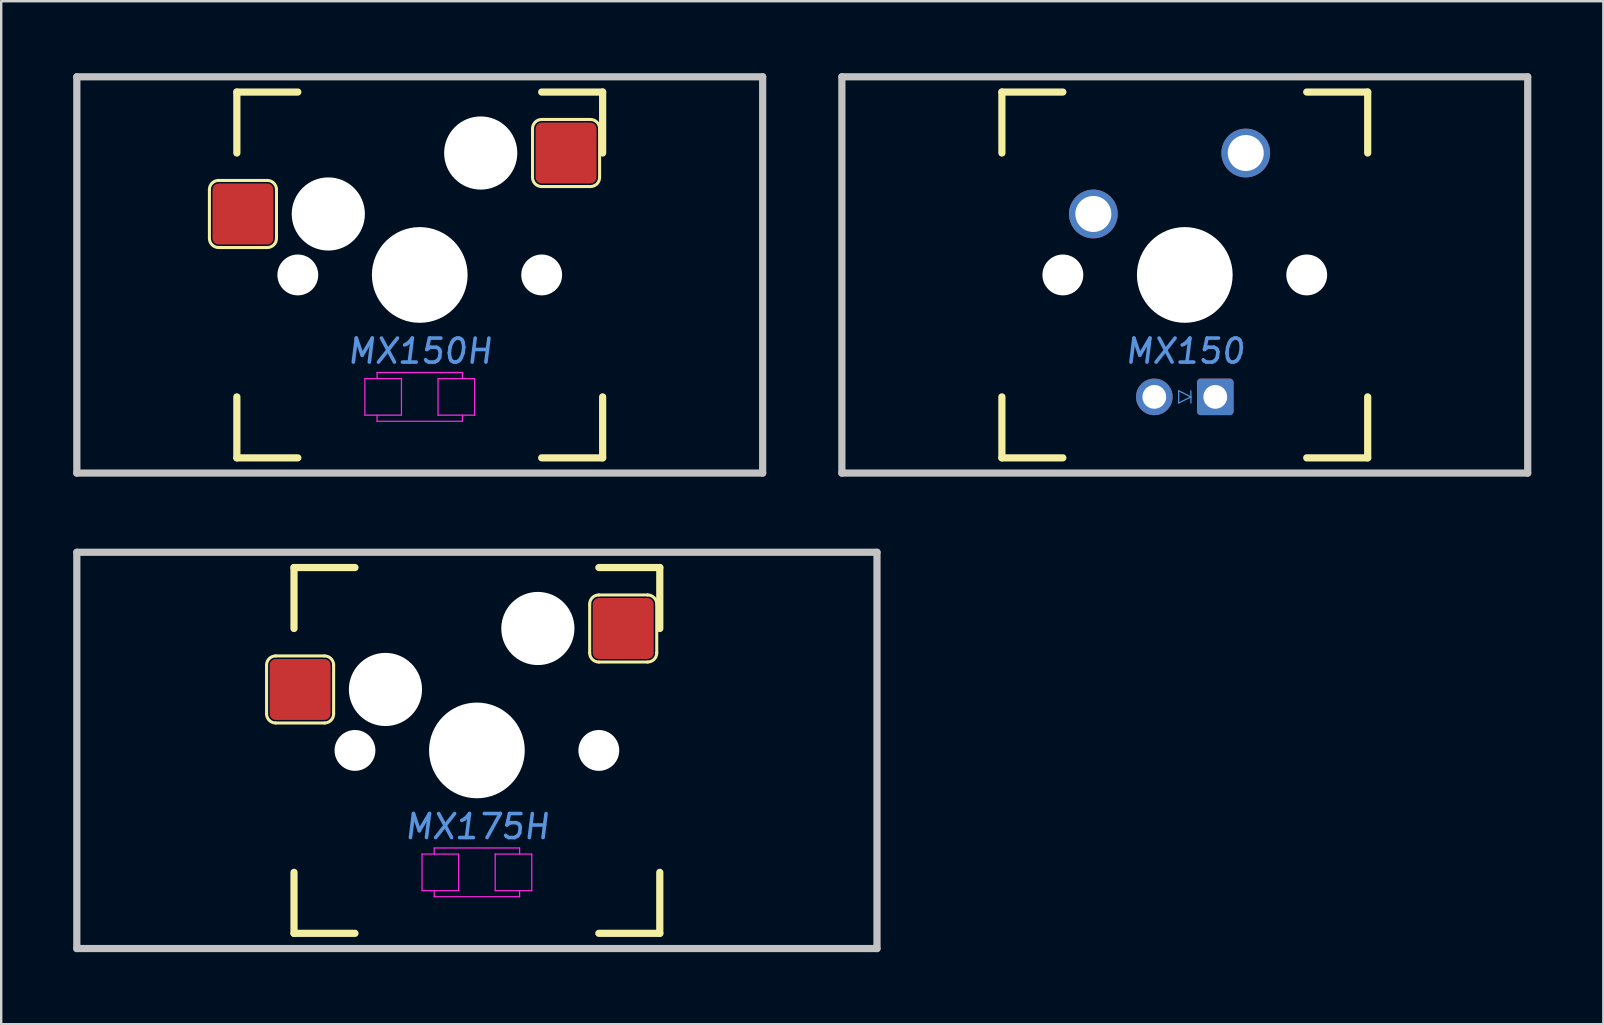
<source format=kicad_pcb>
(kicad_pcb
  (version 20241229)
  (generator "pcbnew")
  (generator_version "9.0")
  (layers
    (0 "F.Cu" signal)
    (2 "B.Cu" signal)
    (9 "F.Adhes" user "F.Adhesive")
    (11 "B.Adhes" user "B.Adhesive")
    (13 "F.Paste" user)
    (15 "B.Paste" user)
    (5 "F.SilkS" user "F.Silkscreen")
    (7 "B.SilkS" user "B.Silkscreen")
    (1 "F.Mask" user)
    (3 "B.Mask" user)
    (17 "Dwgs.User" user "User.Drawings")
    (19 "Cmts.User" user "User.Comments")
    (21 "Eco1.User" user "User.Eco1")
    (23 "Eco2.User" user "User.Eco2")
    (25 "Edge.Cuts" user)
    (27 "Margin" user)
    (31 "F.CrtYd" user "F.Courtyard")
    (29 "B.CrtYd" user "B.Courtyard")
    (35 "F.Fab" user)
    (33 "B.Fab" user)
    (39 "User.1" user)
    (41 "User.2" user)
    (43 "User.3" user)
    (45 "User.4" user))
  (footprint "MX150H"
    (layer "F.Cu")
    (at 14.438 8.405)
    (property "Reference" "MX150H" (at 0 3.175 0) (layer "Cmts.User") (effects (font (size 1 1) (thickness 0.15) (italic yes))))
    (attr through_hole)
    (fp_line (start -8.763 -1.524) (end -8.763 -3.556) (stroke (width 0.127) (type solid)) (layer "F.SilkS"))
    (fp_line (start -8.382 -3.937) (end -6.35 -3.937) (stroke (width 0.127) (type solid)) (layer "F.SilkS"))
    (fp_line (start -7.62 -7.62) (end -7.62 -5.08) (stroke (width 0.3) (type solid)) (layer "F.SilkS"))
    (fp_line (start -7.62 -7.62) (end -5.08 -7.62) (stroke (width 0.3) (type solid)) (layer "F.SilkS"))
    (fp_line (start -7.62 7.62) (end -7.62 5.08) (stroke (width 0.3) (type solid)) (layer "F.SilkS"))
    (fp_line (start -7.62 7.62) (end -5.08 7.62) (stroke (width 0.3) (type solid)) (layer "F.SilkS"))
    (fp_line (start -6.35 -1.143) (end -8.382 -1.143) (stroke (width 0.127) (type solid)) (layer "F.SilkS"))
    (fp_line (start -5.969 -3.556) (end -5.969 -1.524) (stroke (width 0.127) (type solid)) (layer "F.SilkS"))
    (fp_line (start 4.699 -4.064) (end 4.699 -6.096) (stroke (width 0.127) (type solid)) (layer "F.SilkS"))
    (fp_line (start 5.08 -6.477) (end 7.112 -6.477) (stroke (width 0.127) (type solid)) (layer "F.SilkS"))
    (fp_line (start 7.112 -3.683) (end 5.08 -3.683) (stroke (width 0.127) (type solid)) (layer "F.SilkS"))
    (fp_line (start 7.493 -6.096) (end 7.493 -4.064) (stroke (width 0.127) (type solid)) (layer "F.SilkS"))
    (fp_line (start 7.62 -7.62) (end 5.08 -7.62) (stroke (width 0.3) (type solid)) (layer "F.SilkS"))
    (fp_line (start 7.62 -7.62) (end 7.62 -5.08) (stroke (width 0.3) (type solid)) (layer "F.SilkS"))
    (fp_line (start 7.62 7.62) (end 5.08 7.62) (stroke (width 0.3) (type solid)) (layer "F.SilkS"))
    (fp_line (start 7.62 7.62) (end 7.62 5.08) (stroke (width 0.3) (type solid)) (layer "F.SilkS"))
    (fp_arc (start -8.763 -3.556) (mid -8.651408 -3.825408) (end -8.382 -3.937) (stroke (width 0.127) (type solid)) (layer "F.SilkS"))
    (fp_arc (start -8.382 -1.143) (mid -8.651408 -1.254592) (end -8.763 -1.524) (stroke (width 0.127) (type solid)) (layer "F.SilkS"))
    (fp_arc (start -6.35 -3.937) (mid -6.080592 -3.825408) (end -5.969 -3.556) (stroke (width 0.127) (type solid)) (layer "F.SilkS"))
    (fp_arc (start -5.969 -1.524) (mid -6.080592 -1.254592) (end -6.35 -1.143) (stroke (width 0.127) (type solid)) (layer "F.SilkS"))
    (fp_arc (start 4.699 -6.096) (mid 4.810592 -6.365408) (end 5.08 -6.477) (stroke (width 0.127) (type solid)) (layer "F.SilkS"))
    (fp_arc (start 5.08 -3.683) (mid 4.810592 -3.794592) (end 4.699 -4.064) (stroke (width 0.127) (type solid)) (layer "F.SilkS"))
    (fp_arc (start 7.112 -6.477) (mid 7.381408 -6.365408) (end 7.493 -6.096) (stroke (width 0.127) (type solid)) (layer "F.SilkS"))
    (fp_arc (start 7.493 -4.064) (mid 7.381408 -3.794592) (end 7.112 -3.683) (stroke (width 0.127) (type solid)) (layer "F.SilkS"))
    (fp_line (start -14.287 -8.255) (end -14.287 8.255) (stroke (width 0.3) (type solid)) (layer "Dwgs.User"))
    (fp_line (start -14.287 -8.255) (end 14.287 -8.255) (stroke (width 0.3) (type solid)) (layer "Dwgs.User"))
    (fp_line (start -14.287 8.255) (end 14.287 8.255) (stroke (width 0.3) (type solid)) (layer "Dwgs.User"))
    (fp_line (start 14.287 -8.255) (end 14.287 8.255) (stroke (width 0.3) (type solid)) (layer "Dwgs.User"))
    (fp_line (start -0.762 5.664) (end -0.762 4.496) (stroke (width 0.025) (type solid)) (layer "Eco2.User"))
    (fp_line (start 0.762 4.496) (end 0.762 5.664) (stroke (width 0.025) (type solid)) (layer "Eco2.User"))
    (fp_line (start -2.286 4.318) (end -2.286 5.842) (stroke (width 0.051) (type solid)) (layer "F.CrtYd"))
    (fp_line (start -2.286 5.842) (end -0.762 5.842) (stroke (width 0.051) (type solid)) (layer "F.CrtYd"))
    (fp_line (start -1.778 4.064) (end 1.778 4.064) (stroke (width 0.051) (type solid)) (layer "F.CrtYd"))
    (fp_line (start -1.778 4.318) (end -1.778 4.064) (stroke (width 0.051) (type solid)) (layer "F.CrtYd"))
    (fp_line (start -1.778 6.096) (end -1.778 5.842) (stroke (width 0.051) (type solid)) (layer "F.CrtYd"))
    (fp_line (start -0.762 4.318) (end -2.286 4.318) (stroke (width 0.051) (type solid)) (layer "F.CrtYd"))
    (fp_line (start -0.762 5.842) (end -0.762 4.318) (stroke (width 0.051) (type solid)) (layer "F.CrtYd"))
    (fp_line (start 0.762 4.318) (end 0.762 5.842) (stroke (width 0.051) (type solid)) (layer "F.CrtYd"))
    (fp_line (start 0.762 5.842) (end 2.286 5.842) (stroke (width 0.051) (type solid)) (layer "F.CrtYd"))
    (fp_line (start 1.778 4.064) (end 1.778 4.318) (stroke (width 0.051) (type solid)) (layer "F.CrtYd"))
    (fp_line (start 1.778 5.842) (end 1.778 6.096) (stroke (width 0.051) (type solid)) (layer "F.CrtYd"))
    (fp_line (start 1.778 6.096) (end -1.778 6.096) (stroke (width 0.051) (type solid)) (layer "F.CrtYd"))
    (fp_line (start 2.286 4.318) (end 0.762 4.318) (stroke (width 0.051) (type solid)) (layer "F.CrtYd"))
    (fp_line (start 2.286 5.842) (end 2.286 4.318) (stroke (width 0.051) (type solid)) (layer "F.CrtYd"))
    (pad "" np_thru_hole circle (at -5.08 0) (size 1.702 1.702) (drill 1.702) (layers "*.Cu" "*.Mask"))
    (pad "" np_thru_hole circle (at -3.81 -2.54) (size 3.048 3.048) (drill 3.048) (layers "*.Cu" "*.Mask"))
    (pad "" np_thru_hole circle (at 0 0) (size 3.988 3.988) (drill 3.988) (layers "*.Cu" "*.Mask"))
    (pad "" np_thru_hole circle (at 2.54 -5.08) (size 3.048 3.048) (drill 3.048) (layers "*.Cu" "*.Mask"))
    (pad "" np_thru_hole circle (at 5.08 0) (size 1.702 1.702) (drill 1.702) (layers "*.Cu" "*.Mask"))
    (pad "1" smd roundrect (at -7.366 -2.54) (size 2.54 2.54) (layers "F.Cu" "F.Mask" "F.Paste") (roundrect_rratio 0.1))
    (pad "2" smd roundrect (at 6.096 -5.08) (size 2.54 2.54) (layers "F.Cu" "F.Mask" "F.Paste") (roundrect_rratio 0.1)))
  (footprint "MX175H"
    (layer "F.Cu")
    (at 16.819 28.215)
    (property "Reference" "MX175H" (at 0 3.175 0) (layer "Cmts.User") (effects (font (size 1 1) (thickness 0.15) (italic yes))))
    (attr through_hole)
    (fp_line (start -8.763 -1.524) (end -8.763 -3.556) (stroke (width 0.127) (type solid)) (layer "F.SilkS"))
    (fp_line (start -8.382 -3.937) (end -6.35 -3.937) (stroke (width 0.127) (type solid)) (layer "F.SilkS"))
    (fp_line (start -7.62 -7.62) (end -7.62 -5.08) (stroke (width 0.3) (type solid)) (layer "F.SilkS"))
    (fp_line (start -7.62 -7.62) (end -5.08 -7.62) (stroke (width 0.3) (type solid)) (layer "F.SilkS"))
    (fp_line (start -7.62 7.62) (end -7.62 5.08) (stroke (width 0.3) (type solid)) (layer "F.SilkS"))
    (fp_line (start -7.62 7.62) (end -5.08 7.62) (stroke (width 0.3) (type solid)) (layer "F.SilkS"))
    (fp_line (start -6.35 -1.143) (end -8.382 -1.143) (stroke (width 0.127) (type solid)) (layer "F.SilkS"))
    (fp_line (start -5.969 -3.556) (end -5.969 -1.524) (stroke (width 0.127) (type solid)) (layer "F.SilkS"))
    (fp_line (start 4.699 -4.064) (end 4.699 -6.096) (stroke (width 0.127) (type solid)) (layer "F.SilkS"))
    (fp_line (start 5.08 -6.477) (end 7.112 -6.477) (stroke (width 0.127) (type solid)) (layer "F.SilkS"))
    (fp_line (start 7.112 -3.683) (end 5.08 -3.683) (stroke (width 0.127) (type solid)) (layer "F.SilkS"))
    (fp_line (start 7.493 -6.096) (end 7.493 -4.064) (stroke (width 0.127) (type solid)) (layer "F.SilkS"))
    (fp_line (start 7.62 -7.62) (end 5.08 -7.62) (stroke (width 0.3) (type solid)) (layer "F.SilkS"))
    (fp_line (start 7.62 -7.62) (end 7.62 -5.08) (stroke (width 0.3) (type solid)) (layer "F.SilkS"))
    (fp_line (start 7.62 7.62) (end 5.08 7.62) (stroke (width 0.3) (type solid)) (layer "F.SilkS"))
    (fp_line (start 7.62 7.62) (end 7.62 5.08) (stroke (width 0.3) (type solid)) (layer "F.SilkS"))
    (fp_arc (start -8.763 -3.556) (mid -8.651408 -3.825408) (end -8.382 -3.937) (stroke (width 0.127) (type solid)) (layer "F.SilkS"))
    (fp_arc (start -8.382 -1.143) (mid -8.651408 -1.254592) (end -8.763 -1.524) (stroke (width 0.127) (type solid)) (layer "F.SilkS"))
    (fp_arc (start -6.35 -3.937) (mid -6.080592 -3.825408) (end -5.969 -3.556) (stroke (width 0.127) (type solid)) (layer "F.SilkS"))
    (fp_arc (start -5.969 -1.524) (mid -6.080592 -1.254592) (end -6.35 -1.143) (stroke (width 0.127) (type solid)) (layer "F.SilkS"))
    (fp_arc (start 4.699 -6.096) (mid 4.810592 -6.365408) (end 5.08 -6.477) (stroke (width 0.127) (type solid)) (layer "F.SilkS"))
    (fp_arc (start 5.08 -3.683) (mid 4.810592 -3.794592) (end 4.699 -4.064) (stroke (width 0.127) (type solid)) (layer "F.SilkS"))
    (fp_arc (start 7.112 -6.477) (mid 7.381408 -6.365408) (end 7.493 -6.096) (stroke (width 0.127) (type solid)) (layer "F.SilkS"))
    (fp_arc (start 7.493 -4.064) (mid 7.381408 -3.794592) (end 7.112 -3.683) (stroke (width 0.127) (type solid)) (layer "F.SilkS"))
    (fp_line (start -16.669 -8.255) (end -16.669 8.255) (stroke (width 0.3) (type solid)) (layer "Dwgs.User"))
    (fp_line (start -16.669 -8.255) (end 16.669 -8.255) (stroke (width 0.3) (type solid)) (layer "Dwgs.User"))
    (fp_line (start -16.669 8.255) (end 16.669 8.255) (stroke (width 0.3) (type solid)) (layer "Dwgs.User"))
    (fp_line (start 16.669 -8.255) (end 16.669 8.255) (stroke (width 0.3) (type solid)) (layer "Dwgs.User"))
    (fp_line (start -2.286 4.318) (end -0.762 4.318) (stroke (width 0.051) (type solid)) (layer "F.CrtYd"))
    (fp_line (start -2.286 5.842) (end -2.286 4.318) (stroke (width 0.051) (type solid)) (layer "F.CrtYd"))
    (fp_line (start -1.778 4.064) (end 1.778 4.064) (stroke (width 0.051) (type solid)) (layer "F.CrtYd"))
    (fp_line (start -1.778 4.318) (end -1.778 4.064) (stroke (width 0.051) (type solid)) (layer "F.CrtYd"))
    (fp_line (start -1.778 6.096) (end -1.778 5.842) (stroke (width 0.051) (type solid)) (layer "F.CrtYd"))
    (fp_line (start -0.762 4.318) (end -0.762 5.842) (stroke (width 0.051) (type solid)) (layer "F.CrtYd"))
    (fp_line (start -0.762 5.842) (end -2.286 5.842) (stroke (width 0.051) (type solid)) (layer "F.CrtYd"))
    (fp_line (start 0.762 4.318) (end 2.286 4.318) (stroke (width 0.051) (type solid)) (layer "F.CrtYd"))
    (fp_line (start 0.762 5.842) (end 0.762 4.318) (stroke (width 0.051) (type solid)) (layer "F.CrtYd"))
    (fp_line (start 1.778 4.064) (end 1.778 4.318) (stroke (width 0.051) (type solid)) (layer "F.CrtYd"))
    (fp_line (start 1.778 5.842) (end 1.778 6.096) (stroke (width 0.051) (type solid)) (layer "F.CrtYd"))
    (fp_line (start 1.778 6.096) (end -1.778 6.096) (stroke (width 0.051) (type solid)) (layer "F.CrtYd"))
    (fp_line (start 2.286 4.318) (end 2.286 5.842) (stroke (width 0.051) (type solid)) (layer "F.CrtYd"))
    (fp_line (start 2.286 5.842) (end 0.762 5.842) (stroke (width 0.051) (type solid)) (layer "F.CrtYd"))
    (pad "" np_thru_hole circle (at -5.08 0) (size 1.702 1.702) (drill 1.702) (layers "*.Cu" "*.Mask"))
    (pad "" np_thru_hole circle (at -3.81 -2.54) (size 3.048 3.048) (drill 3.048) (layers "*.Cu" "*.Mask"))
    (pad "" np_thru_hole circle (at 0 0) (size 3.988 3.988) (drill 3.988) (layers "*.Cu" "*.Mask"))
    (pad "" np_thru_hole circle (at 2.54 -5.08) (size 3.048 3.048) (drill 3.048) (layers "*.Cu" "*.Mask"))
    (pad "" np_thru_hole circle (at 5.08 0) (size 1.702 1.702) (drill 1.702) (layers "*.Cu" "*.Mask"))
    (pad "1" smd roundrect (at -7.366 -2.54) (size 2.54 2.54) (layers "F.Cu" "F.Mask" "F.Paste") (roundrect_rratio 0.1))
    (pad "2" smd roundrect (at 6.096 -5.08) (size 2.54 2.54) (layers "F.Cu" "F.Mask" "F.Paste") (roundrect_rratio 0.1)))
  (footprint "MX150"
    (layer "F.Cu")
    (at 46.312 8.405)
    (property "Reference" "MX150" (at 0 3.175 0) (layer "Cmts.User") (effects (font (size 1 1) (thickness 0.15) (italic yes))))
    (attr through_hole)
    (fp_line (start -7.62 -7.62) (end -7.62 -5.08) (stroke (width 0.3) (type solid)) (layer "F.SilkS"))
    (fp_line (start -7.62 -7.62) (end -5.08 -7.62) (stroke (width 0.3) (type solid)) (layer "F.SilkS"))
    (fp_line (start -7.62 7.62) (end -7.62 5.08) (stroke (width 0.3) (type solid)) (layer "F.SilkS"))
    (fp_line (start -7.62 7.62) (end -5.08 7.62) (stroke (width 0.3) (type solid)) (layer "F.SilkS"))
    (fp_line (start 7.62 -7.62) (end 5.08 -7.62) (stroke (width 0.3) (type solid)) (layer "F.SilkS"))
    (fp_line (start 7.62 -7.62) (end 7.62 -5.08) (stroke (width 0.3) (type solid)) (layer "F.SilkS"))
    (fp_line (start 7.62 7.62) (end 5.08 7.62) (stroke (width 0.3) (type solid)) (layer "F.SilkS"))
    (fp_line (start 7.62 7.62) (end 7.62 5.08) (stroke (width 0.3) (type solid)) (layer "F.SilkS"))
    (fp_line (start -14.287 -8.255) (end -14.287 8.255) (stroke (width 0.3) (type solid)) (layer "Dwgs.User"))
    (fp_line (start -14.287 -8.255) (end 14.287 -8.255) (stroke (width 0.3) (type solid)) (layer "Dwgs.User"))
    (fp_line (start -14.287 8.255) (end 14.287 8.255) (stroke (width 0.3) (type solid)) (layer "Dwgs.User"))
    (fp_line (start 14.287 -8.255) (end 14.287 8.255) (stroke (width 0.3) (type solid)) (layer "Dwgs.User"))
    (fp_line (start -0.254 4.826) (end -0.254 5.334) (stroke (width 0.051) (type solid)) (layer "Cmts.User"))
    (fp_line (start -0.254 5.334) (end 0.254 5.08) (stroke (width 0.051) (type solid)) (layer "Cmts.User"))
    (fp_line (start 0.254 5.08) (end -0.254 4.826) (stroke (width 0.051) (type solid)) (layer "Cmts.User"))
    (fp_line (start 0.254 5.334) (end 0.254 4.826) (stroke (width 0.051) (type solid)) (layer "Cmts.User"))
    (pad "" np_thru_hole circle (at -5.08 0) (size 1.702 1.702) (drill 1.702) (layers "*.Cu" "*.Mask"))
    (pad "" np_thru_hole circle (at 0 0) (size 3.988 3.988) (drill 3.988) (layers "*.Cu" "*.Mask"))
    (pad "" np_thru_hole circle (at 5.08 0) (size 1.702 1.702) (drill 1.702) (layers "*.Cu" "*.Mask"))
    (pad "1" thru_hole circle (at -3.81 -2.54) (size 2.032 2.032) (drill 1.499) (layers "*.Cu" "*.Mask"))
    (pad "2" thru_hole circle (at 2.54 -5.08) (size 2.032 2.032) (drill 1.499) (layers "*.Cu" "*.Mask"))
    (pad "A" thru_hole circle (at -1.27 5.08) (size 1.524 1.524) (drill 0.991) (layers "*.Cu" "*.Mask"))
    (pad "K" thru_hole roundrect (at 1.27 5.08) (size 1.524 1.524) (drill 0.991) (layers "*.Cu" "*.Mask") (roundrect_rratio 0.1)))
  (gr_rect
    (start -3 -3)
    (end 63.75 39.62)
    (stroke (width 0.1) (type default))
    (fill no)
    (layer "Edge.Cuts")))
</source>
